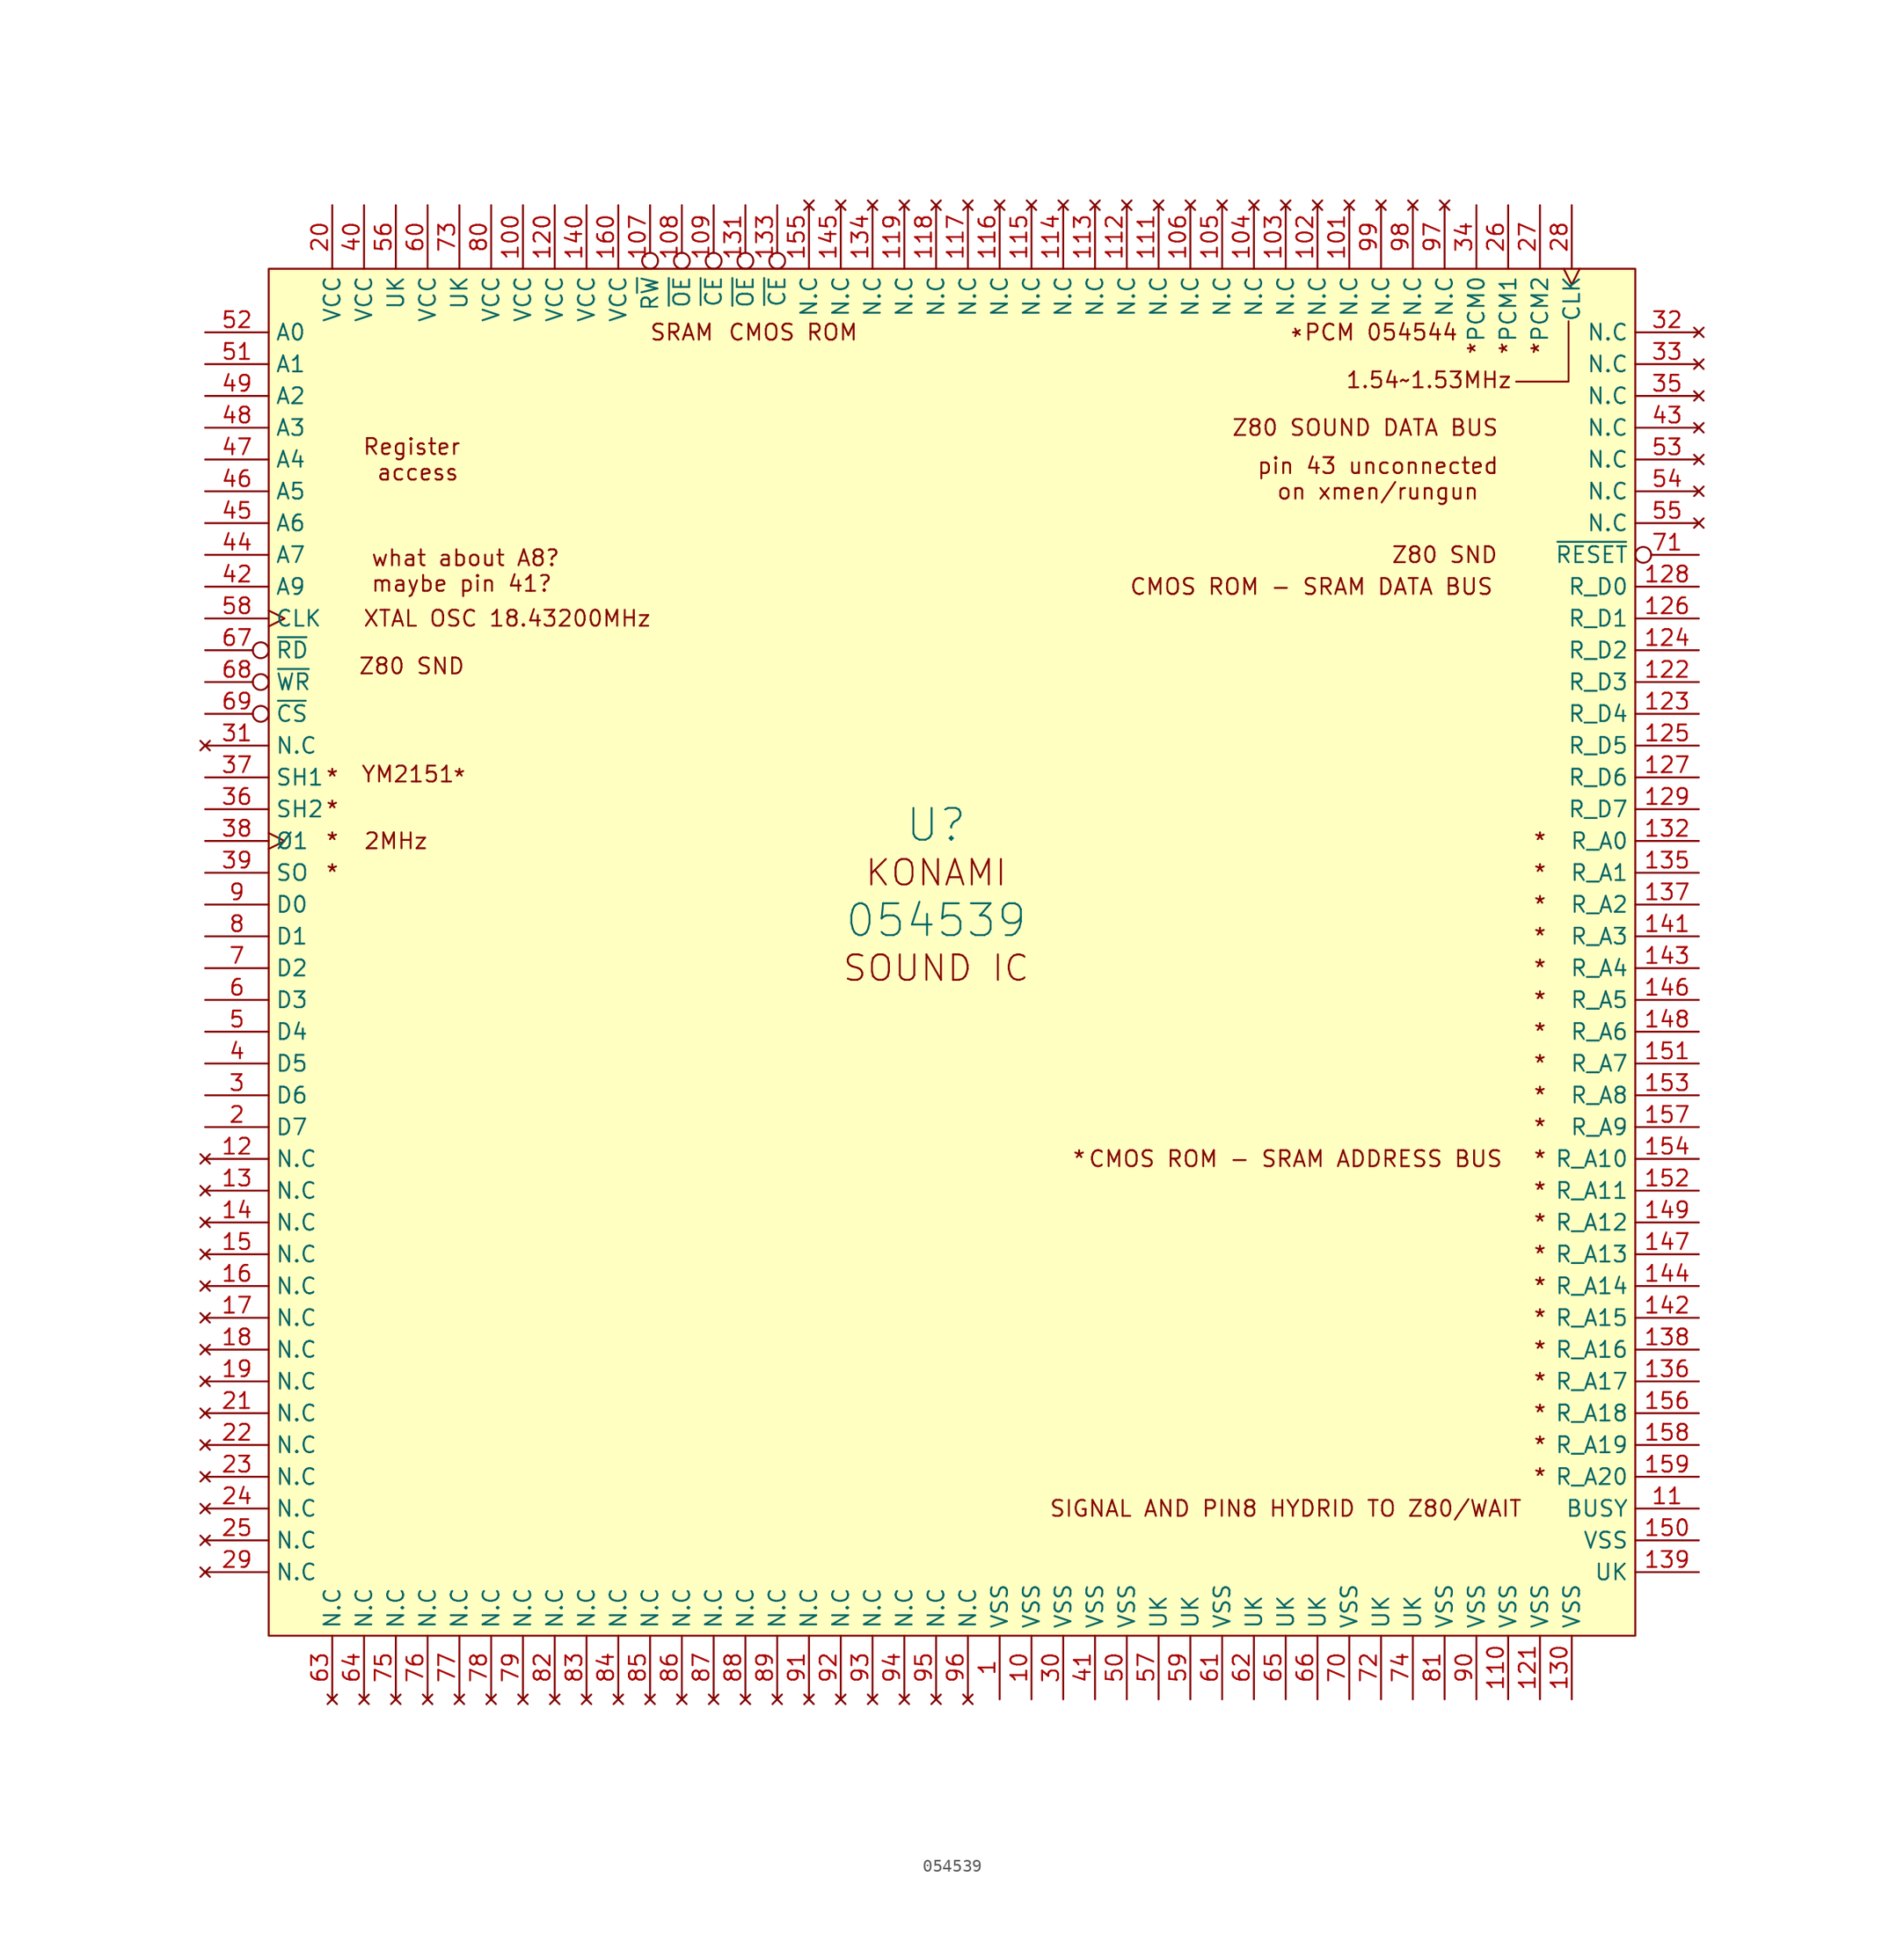
<source format=kicad_sym>
(kicad_symbol_lib
  (version 20231120)
  (generator "kicad_symbol_editor")
  (generator_version "8.0")
  (symbol "054539"
    (property "Reference" "U"
      (at -1.27 10.16 0)
      (effects (font (size 2.54 2.54))))
    (property "Value" "054539"
      (at -1.27 2.54 0)
      (effects (font (size 2.54 2.54))))
    (symbol "054539_0_0"
      (rectangle (start -54.61 54.61) (end 54.61 -54.61) (stroke (width 0.152) (type default)) (fill (type background)))
      (polyline (pts (xy 49.276 50.419) (xy 49.276 45.593) (xy 45.085 45.593)) (stroke (width 0.152) (type default)) (fill (type none)))
      (text "*" (at -49.53 6.35 0) (effects (font (size 1.27 1.27))))
      (text "*" (at -49.53 8.89 0) (effects (font (size 1.27 1.27))))
      (text "*" (at -49.53 11.43 0) (effects (font (size 1.27 1.27))))
      (text "*" (at -49.53 13.97 0) (effects (font (size 1.27 1.27))))
      (text "*" (at -39.37 13.97 0) (effects (font (size 1.27 1.27))))
      (text "*" (at 10.16 -16.51 0) (effects (font (size 1.27 1.27))))
      (text "*" (at 27.94 49.53 900) (effects (font (size 1.27 1.27))))
      (text "*" (at 41.91 48.26 900) (effects (font (size 1.27 1.27))))
      (text "*" (at 44.45 48.26 900) (effects (font (size 1.27 1.27))))
      (text "*" (at 46.99 -41.91 0) (effects (font (size 1.27 1.27))))
      (text "*" (at 46.99 -39.37 0) (effects (font (size 1.27 1.27))))
      (text "*" (at 46.99 -36.83 0) (effects (font (size 1.27 1.27))))
      (text "*" (at 46.99 -34.29 0) (effects (font (size 1.27 1.27))))
      (text "*" (at 46.99 -31.75 0) (effects (font (size 1.27 1.27))))
      (text "*" (at 46.99 -29.21 0) (effects (font (size 1.27 1.27))))
      (text "*" (at 46.99 -26.67 0) (effects (font (size 1.27 1.27))))
      (text "*" (at 46.99 -24.13 0) (effects (font (size 1.27 1.27))))
      (text "*" (at 46.99 -21.59 0) (effects (font (size 1.27 1.27))))
      (text "*" (at 46.99 -19.05 0) (effects (font (size 1.27 1.27))))
      (text "*" (at 46.99 -16.51 0) (effects (font (size 1.27 1.27))))
      (text "*" (at 46.99 -13.97 0) (effects (font (size 1.27 1.27))))
      (text "*" (at 46.99 -11.43 0) (effects (font (size 1.27 1.27))))
      (text "*" (at 46.99 -8.89 0) (effects (font (size 1.27 1.27))))
      (text "*" (at 46.99 -6.35 0) (effects (font (size 1.27 1.27))))
      (text "*" (at 46.99 -3.81 0) (effects (font (size 1.27 1.27))))
      (text "*" (at 46.99 -1.27 0) (effects (font (size 1.27 1.27))))
      (text "*" (at 46.99 1.27 0) (effects (font (size 1.27 1.27))))
      (text "*" (at 46.99 3.81 0) (effects (font (size 1.27 1.27))))
      (text "*" (at 46.99 6.35 0) (effects (font (size 1.27 1.27))))
      (text "*" (at 46.99 8.89 0) (effects (font (size 1.27 1.27))))
      (text "*" (at 46.99 48.26 900) (effects (font (size 1.27 1.27))))
      (text "1.54~1.53MHz" (at 38.1 45.72 0) (effects (font (size 1.27 1.27))))
      (text "2MHz" (at -44.45 8.89 0) (effects (font (size 1.27 1.27))))
      (text "CMOS ROM" (at -12.7 49.53 0) (effects (font (size 1.27 1.27))))
      (text "CMOS ROM - SRAM ADDRESS BUS " (at 27.94 -16.51 0) (effects (font (size 1.27 1.27))))
      (text "CMOS ROM - SRAM DATA BUS " (at 29.21 29.21 0) (effects (font (size 1.27 1.27))))
      (text "KONAMI" (at -1.27 6.35 0) (effects (font (size 2.032 2.032))))
      (text "PCM 054544" (at 34.29 49.53 0) (effects (font (size 1.27 1.27))))
      (text "SIGNAL AND PIN8 HYDRID TO Z80/WAIT" (at 26.67 -44.45 0) (effects (font (size 1.27 1.27))))
      (text "SOUND IC" (at -1.27 -1.27 0) (effects (font (size 2.032 2.032))))
      (text "SRAM" (at -21.59 49.53 0) (effects (font (size 1.27 1.27))))
      (text "XTAL OSC 18.43200MHz" (at -35.56 26.67 0) (effects (font (size 1.27 1.27))))
      (text "YM2151" (at -43.485 14.224 0) (effects (font (size 1.27 1.27))))
      (text "Z80 SND" (at -43.18 22.86 0) (effects (font (size 1.27 1.27))))
      (text "Z80 SND" (at 39.37 31.75 0) (effects (font (size 1.27 1.27))))
      (text "Z80 SOUND DATA BUS" (at 33.02 41.91 0) (effects (font (size 1.27 1.27)))))
    (symbol "054539_1_0"
      (text "Register\n access" (at -43.18 39.37 0) (effects (font (size 1.27 1.27))))
      (text "what about A8? \nmaybe pin 41?" (at -46.482 30.48 0) (effects (font (size 1.27 1.27)) (justify left))))
    (symbol "054539_1_1"
      (text "pin 43 unconnected\non xmen/rungun" (at 34.036 37.846 0) (effects (font (size 1.27 1.27))))
      (pin power_in line (at 3.81 -59.69 90) (length 5.08) (name "VSS" (effects (font (size 1.27 1.27)))) (number "1" (effects (font (size 1.27 1.27)))))
      (pin power_in line (at 6.35 -59.69 90) (length 5.08) (name "VSS" (effects (font (size 1.27 1.27)))) (number "10" (effects (font (size 1.27 1.27)))))
      (pin power_in line (at -34.29 59.69 270) (length 5.08) (name "VCC" (effects (font (size 1.27 1.27)))) (number "100" (effects (font (size 1.27 1.27)))))
      (pin no_connect line (at 31.75 59.69 270) (length 5.08) (name "N.C" (effects (font (size 1.27 1.27)))) (number "101" (effects (font (size 1.27 1.27)))))
      (pin no_connect line (at 29.21 59.69 270) (length 5.08) (name "N.C" (effects (font (size 1.27 1.27)))) (number "102" (effects (font (size 1.27 1.27)))))
      (pin no_connect line (at 26.67 59.69 270) (length 5.08) (name "N.C" (effects (font (size 1.27 1.27)))) (number "103" (effects (font (size 1.27 1.27)))))
      (pin no_connect line (at 24.13 59.69 270) (length 5.08) (name "N.C" (effects (font (size 1.27 1.27)))) (number "104" (effects (font (size 1.27 1.27)))))
      (pin no_connect line (at 21.59 59.69 270) (length 5.08) (name "N.C" (effects (font (size 1.27 1.27)))) (number "105" (effects (font (size 1.27 1.27)))))
      (pin no_connect line (at 19.05 59.69 270) (length 5.08) (name "N.C" (effects (font (size 1.27 1.27)))) (number "106" (effects (font (size 1.27 1.27)))))
      (pin output inverted (at -24.13 59.69 270) (length 5.08) (name "R~{W}" (effects (font (size 1.27 1.27)))) (number "107" (effects (font (size 1.27 1.27)))))
      (pin output inverted (at -21.59 59.69 270) (length 5.08) (name "~{OE}" (effects (font (size 1.27 1.27)))) (number "108" (effects (font (size 1.27 1.27)))))
      (pin output inverted (at -19.05 59.69 270) (length 5.08) (name "~{CE}" (effects (font (size 1.27 1.27)))) (number "109" (effects (font (size 1.27 1.27)))))
      (pin output line (at 59.69 -44.45 180) (length 5.08) (name "BUSY" (effects (font (size 1.27 1.27)))) (number "11" (effects (font (size 1.27 1.27)))))
      (pin power_in line (at 44.45 -59.69 90) (length 5.08) (name "VSS" (effects (font (size 1.27 1.27)))) (number "110" (effects (font (size 1.27 1.27)))))
      (pin no_connect line (at 16.51 59.69 270) (length 5.08) (name "N.C" (effects (font (size 1.27 1.27)))) (number "111" (effects (font (size 1.27 1.27)))))
      (pin no_connect line (at 13.97 59.69 270) (length 5.08) (name "N.C" (effects (font (size 1.27 1.27)))) (number "112" (effects (font (size 1.27 1.27)))))
      (pin no_connect line (at 11.43 59.69 270) (length 5.08) (name "N.C" (effects (font (size 1.27 1.27)))) (number "113" (effects (font (size 1.27 1.27)))))
      (pin no_connect line (at 8.89 59.69 270) (length 5.08) (name "N.C" (effects (font (size 1.27 1.27)))) (number "114" (effects (font (size 1.27 1.27)))))
      (pin no_connect line (at 6.35 59.69 270) (length 5.08) (name "N.C" (effects (font (size 1.27 1.27)))) (number "115" (effects (font (size 1.27 1.27)))))
      (pin no_connect line (at 3.81 59.69 270) (length 5.08) (name "N.C" (effects (font (size 1.27 1.27)))) (number "116" (effects (font (size 1.27 1.27)))))
      (pin no_connect line (at 1.27 59.69 270) (length 5.08) (name "N.C" (effects (font (size 1.27 1.27)))) (number "117" (effects (font (size 1.27 1.27)))))
      (pin no_connect line (at -1.27 59.69 270) (length 5.08) (name "N.C" (effects (font (size 1.27 1.27)))) (number "118" (effects (font (size 1.27 1.27)))))
      (pin no_connect line (at -3.81 59.69 270) (length 5.08) (name "N.C" (effects (font (size 1.27 1.27)))) (number "119" (effects (font (size 1.27 1.27)))))
      (pin no_connect line (at -59.69 -16.51 0) (length 5.08) (name "N.C" (effects (font (size 1.27 1.27)))) (number "12" (effects (font (size 1.27 1.27)))))
      (pin power_in line (at -31.75 59.69 270) (length 5.08) (name "VCC" (effects (font (size 1.27 1.27)))) (number "120" (effects (font (size 1.27 1.27)))))
      (pin power_in line (at 46.99 -59.69 90) (length 5.08) (name "VSS" (effects (font (size 1.27 1.27)))) (number "121" (effects (font (size 1.27 1.27)))))
      (pin bidirectional line (at 59.69 21.59 180) (length 5.08) (name "R_D3" (effects (font (size 1.27 1.27)))) (number "122" (effects (font (size 1.27 1.27)))))
      (pin bidirectional line (at 59.69 19.05 180) (length 5.08) (name "R_D4" (effects (font (size 1.27 1.27)))) (number "123" (effects (font (size 1.27 1.27)))))
      (pin bidirectional line (at 59.69 24.13 180) (length 5.08) (name "R_D2" (effects (font (size 1.27 1.27)))) (number "124" (effects (font (size 1.27 1.27)))))
      (pin bidirectional line (at 59.69 16.51 180) (length 5.08) (name "R_D5" (effects (font (size 1.27 1.27)))) (number "125" (effects (font (size 1.27 1.27)))))
      (pin bidirectional line (at 59.69 26.67 180) (length 5.08) (name "R_D1" (effects (font (size 1.27 1.27)))) (number "126" (effects (font (size 1.27 1.27)))))
      (pin bidirectional line (at 59.69 13.97 180) (length 5.08) (name "R_D6" (effects (font (size 1.27 1.27)))) (number "127" (effects (font (size 1.27 1.27)))))
      (pin bidirectional line (at 59.69 29.21 180) (length 5.08) (name "R_D0" (effects (font (size 1.27 1.27)))) (number "128" (effects (font (size 1.27 1.27)))))
      (pin bidirectional line (at 59.69 11.43 180) (length 5.08) (name "R_D7" (effects (font (size 1.27 1.27)))) (number "129" (effects (font (size 1.27 1.27)))))
      (pin no_connect line (at -59.69 -19.05 0) (length 5.08) (name "N.C" (effects (font (size 1.27 1.27)))) (number "13" (effects (font (size 1.27 1.27)))))
      (pin power_in line (at 49.53 -59.69 90) (length 5.08) (name "VSS" (effects (font (size 1.27 1.27)))) (number "130" (effects (font (size 1.27 1.27)))))
      (pin output inverted (at -16.51 59.69 270) (length 5.08) (name "~{OE}" (effects (font (size 1.27 1.27)))) (number "131" (effects (font (size 1.27 1.27)))))
      (pin output line (at 59.69 8.89 180) (length 5.08) (name "R_A0" (effects (font (size 1.27 1.27)))) (number "132" (effects (font (size 1.27 1.27)))))
      (pin output inverted (at -13.97 59.69 270) (length 5.08) (name "~{CE}" (effects (font (size 1.27 1.27)))) (number "133" (effects (font (size 1.27 1.27)))))
      (pin no_connect line (at -6.35 59.69 270) (length 5.08) (name "N.C" (effects (font (size 1.27 1.27)))) (number "134" (effects (font (size 1.27 1.27)))))
      (pin output line (at 59.69 6.35 180) (length 5.08) (name "R_A1" (effects (font (size 1.27 1.27)))) (number "135" (effects (font (size 1.27 1.27)))))
      (pin output line (at 59.69 -34.29 180) (length 5.08) (name "R_A17" (effects (font (size 1.27 1.27)))) (number "136" (effects (font (size 1.27 1.27)))))
      (pin output line (at 59.69 3.81 180) (length 5.08) (name "R_A2" (effects (font (size 1.27 1.27)))) (number "137" (effects (font (size 1.27 1.27)))))
      (pin output line (at 59.69 -31.75 180) (length 5.08) (name "R_A16" (effects (font (size 1.27 1.27)))) (number "138" (effects (font (size 1.27 1.27)))))
      (pin power_in line (at 59.69 -49.53 180) (length 5.08) (name "UK" (effects (font (size 1.27 1.27)))) (number "139" (effects (font (size 1.27 1.27)))))
      (pin no_connect line (at -59.69 -21.59 0) (length 5.08) (name "N.C" (effects (font (size 1.27 1.27)))) (number "14" (effects (font (size 1.27 1.27)))))
      (pin power_in line (at -29.21 59.69 270) (length 5.08) (name "VCC" (effects (font (size 1.27 1.27)))) (number "140" (effects (font (size 1.27 1.27)))))
      (pin output line (at 59.69 1.27 180) (length 5.08) (name "R_A3" (effects (font (size 1.27 1.27)))) (number "141" (effects (font (size 1.27 1.27)))))
      (pin output line (at 59.69 -29.21 180) (length 5.08) (name "R_A15" (effects (font (size 1.27 1.27)))) (number "142" (effects (font (size 1.27 1.27)))))
      (pin output line (at 59.69 -1.27 180) (length 5.08) (name "R_A4" (effects (font (size 1.27 1.27)))) (number "143" (effects (font (size 1.27 1.27)))))
      (pin output line (at 59.69 -26.67 180) (length 5.08) (name "R_A14" (effects (font (size 1.27 1.27)))) (number "144" (effects (font (size 1.27 1.27)))))
      (pin no_connect line (at -8.89 59.69 270) (length 5.08) (name "N.C" (effects (font (size 1.27 1.27)))) (number "145" (effects (font (size 1.27 1.27)))))
      (pin output line (at 59.69 -3.81 180) (length 5.08) (name "R_A5" (effects (font (size 1.27 1.27)))) (number "146" (effects (font (size 1.27 1.27)))))
      (pin output line (at 59.69 -24.13 180) (length 5.08) (name "R_A13" (effects (font (size 1.27 1.27)))) (number "147" (effects (font (size 1.27 1.27)))))
      (pin output line (at 59.69 -6.35 180) (length 5.08) (name "R_A6" (effects (font (size 1.27 1.27)))) (number "148" (effects (font (size 1.27 1.27)))))
      (pin output line (at 59.69 -21.59 180) (length 5.08) (name "R_A12" (effects (font (size 1.27 1.27)))) (number "149" (effects (font (size 1.27 1.27)))))
      (pin no_connect line (at -59.69 -24.13 0) (length 5.08) (name "N.C" (effects (font (size 1.27 1.27)))) (number "15" (effects (font (size 1.27 1.27)))))
      (pin power_in line (at 59.69 -46.99 180) (length 5.08) (name "VSS" (effects (font (size 1.27 1.27)))) (number "150" (effects (font (size 1.27 1.27)))))
      (pin output line (at 59.69 -8.89 180) (length 5.08) (name "R_A7" (effects (font (size 1.27 1.27)))) (number "151" (effects (font (size 1.27 1.27)))))
      (pin output line (at 59.69 -19.05 180) (length 5.08) (name "R_A11" (effects (font (size 1.27 1.27)))) (number "152" (effects (font (size 1.27 1.27)))))
      (pin output line (at 59.69 -11.43 180) (length 5.08) (name "R_A8" (effects (font (size 1.27 1.27)))) (number "153" (effects (font (size 1.27 1.27)))))
      (pin output line (at 59.69 -16.51 180) (length 5.08) (name "R_A10" (effects (font (size 1.27 1.27)))) (number "154" (effects (font (size 1.27 1.27)))))
      (pin no_connect line (at -11.43 59.69 270) (length 5.08) (name "N.C" (effects (font (size 1.27 1.27)))) (number "155" (effects (font (size 1.27 1.27)))))
      (pin output line (at 59.69 -36.83 180) (length 5.08) (name "R_A18" (effects (font (size 1.27 1.27)))) (number "156" (effects (font (size 1.27 1.27)))))
      (pin output line (at 59.69 -13.97 180) (length 5.08) (name "R_A9" (effects (font (size 1.27 1.27)))) (number "157" (effects (font (size 1.27 1.27)))))
      (pin output line (at 59.69 -39.37 180) (length 5.08) (name "R_A19" (effects (font (size 1.27 1.27)))) (number "158" (effects (font (size 1.27 1.27)))))
      (pin output line (at 59.69 -41.91 180) (length 5.08) (name "R_A20" (effects (font (size 1.27 1.27)))) (number "159" (effects (font (size 1.27 1.27)))))
      (pin no_connect line (at -59.69 -26.67 0) (length 5.08) (name "N.C" (effects (font (size 1.27 1.27)))) (number "16" (effects (font (size 1.27 1.27)))))
      (pin power_in line (at -26.67 59.69 270) (length 5.08) (name "VCC" (effects (font (size 1.27 1.27)))) (number "160" (effects (font (size 1.27 1.27)))))
      (pin no_connect line (at -59.69 -29.21 0) (length 5.08) (name "N.C" (effects (font (size 1.27 1.27)))) (number "17" (effects (font (size 1.27 1.27)))))
      (pin no_connect line (at -59.69 -31.75 0) (length 5.08) (name "N.C" (effects (font (size 1.27 1.27)))) (number "18" (effects (font (size 1.27 1.27)))))
      (pin no_connect line (at -59.69 -34.29 0) (length 5.08) (name "N.C" (effects (font (size 1.27 1.27)))) (number "19" (effects (font (size 1.27 1.27)))))
      (pin bidirectional line (at -59.69 -13.97 0) (length 5.08) (name "D7" (effects (font (size 1.27 1.27)))) (number "2" (effects (font (size 1.27 1.27)))))
      (pin power_in line (at -49.53 59.69 270) (length 5.08) (name "VCC" (effects (font (size 1.27 1.27)))) (number "20" (effects (font (size 1.27 1.27)))))
      (pin no_connect line (at -59.69 -36.83 0) (length 5.08) (name "N.C" (effects (font (size 1.27 1.27)))) (number "21" (effects (font (size 1.27 1.27)))))
      (pin no_connect line (at -59.69 -39.37 0) (length 5.08) (name "N.C" (effects (font (size 1.27 1.27)))) (number "22" (effects (font (size 1.27 1.27)))))
      (pin no_connect line (at -59.69 -41.91 0) (length 5.08) (name "N.C" (effects (font (size 1.27 1.27)))) (number "23" (effects (font (size 1.27 1.27)))))
      (pin no_connect line (at -59.69 -44.45 0) (length 5.08) (name "N.C" (effects (font (size 1.27 1.27)))) (number "24" (effects (font (size 1.27 1.27)))))
      (pin no_connect line (at -59.69 -46.99 0) (length 5.08) (name "N.C" (effects (font (size 1.27 1.27)))) (number "25" (effects (font (size 1.27 1.27)))))
      (pin bidirectional line (at 44.45 59.69 270) (length 5.08) (name "PCM1" (effects (font (size 1.27 1.27)))) (number "26" (effects (font (size 1.27 1.27)))))
      (pin bidirectional line (at 46.99 59.69 270) (length 5.08) (name "PCM2" (effects (font (size 1.27 1.27)))) (number "27" (effects (font (size 1.27 1.27)))))
      (pin output clock (at 49.53 59.69 270) (length 5.08) (name "CLK" (effects (font (size 1.27 1.27)))) (number "28" (effects (font (size 1.27 1.27)))))
      (pin no_connect line (at -59.69 -49.53 0) (length 5.08) (name "N.C" (effects (font (size 1.27 1.27)))) (number "29" (effects (font (size 1.27 1.27)))))
      (pin bidirectional line (at -59.69 -11.43 0) (length 5.08) (name "D6" (effects (font (size 1.27 1.27)))) (number "3" (effects (font (size 1.27 1.27)))))
      (pin power_in line (at 8.89 -59.69 90) (length 5.08) (name "VSS" (effects (font (size 1.27 1.27)))) (number "30" (effects (font (size 1.27 1.27)))))
      (pin no_connect line (at -59.69 16.51 0) (length 5.08) (name "N.C" (effects (font (size 1.27 1.27)))) (number "31" (effects (font (size 1.27 1.27)))))
      (pin no_connect line (at 59.69 49.53 180) (length 5.08) (name "N.C" (effects (font (size 1.27 1.27)))) (number "32" (effects (font (size 1.27 1.27)))))
      (pin no_connect line (at 59.69 46.99 180) (length 5.08) (name "N.C" (effects (font (size 1.27 1.27)))) (number "33" (effects (font (size 1.27 1.27)))))
      (pin bidirectional line (at 41.91 59.69 270) (length 5.08) (name "PCM0" (effects (font (size 1.27 1.27)))) (number "34" (effects (font (size 1.27 1.27)))))
      (pin no_connect line (at 59.69 44.45 180) (length 5.08) (name "N.C" (effects (font (size 1.27 1.27)))) (number "35" (effects (font (size 1.27 1.27)))))
      (pin input line (at -59.69 11.43 0) (length 5.08) (name "SH2" (effects (font (size 1.27 1.27)))) (number "36" (effects (font (size 1.27 1.27)))))
      (pin input line (at -59.69 13.97 0) (length 5.08) (name "SH1" (effects (font (size 1.27 1.27)))) (number "37" (effects (font (size 1.27 1.27)))))
      (pin input clock (at -59.69 8.89 0) (length 5.08) (name "Ø1" (effects (font (size 1.27 1.27)))) (number "38" (effects (font (size 1.27 1.27)))))
      (pin input line (at -59.69 6.35 0) (length 5.08) (name "SO" (effects (font (size 1.27 1.27)))) (number "39" (effects (font (size 1.27 1.27)))))
      (pin bidirectional line (at -59.69 -8.89 0) (length 5.08) (name "D5" (effects (font (size 1.27 1.27)))) (number "4" (effects (font (size 1.27 1.27)))))
      (pin power_in line (at -46.99 59.69 270) (length 5.08) (name "VCC" (effects (font (size 1.27 1.27)))) (number "40" (effects (font (size 1.27 1.27)))))
      (pin power_in line (at 11.43 -59.69 90) (length 5.08) (name "VSS" (effects (font (size 1.27 1.27)))) (number "41" (effects (font (size 1.27 1.27)))))
      (pin input line (at -59.69 29.21 0) (length 5.08) (name "A9" (effects (font (size 1.27 1.27)))) (number "42" (effects (font (size 1.27 1.27)))))
      (pin no_connect line (at 59.69 41.91 180) (length 5.08) (name "N.C" (effects (font (size 1.27 1.27)))) (number "43" (effects (font (size 1.27 1.27)))))
      (pin input line (at -59.69 31.75 0) (length 5.08) (name "A7" (effects (font (size 1.27 1.27)))) (number "44" (effects (font (size 1.27 1.27)))))
      (pin input line (at -59.69 34.29 0) (length 5.08) (name "A6" (effects (font (size 1.27 1.27)))) (number "45" (effects (font (size 1.27 1.27)))))
      (pin input line (at -59.69 36.83 0) (length 5.08) (name "A5" (effects (font (size 1.27 1.27)))) (number "46" (effects (font (size 1.27 1.27)))))
      (pin input line (at -59.69 39.37 0) (length 5.08) (name "A4" (effects (font (size 1.27 1.27)))) (number "47" (effects (font (size 1.27 1.27)))))
      (pin input line (at -59.69 41.91 0) (length 5.08) (name "A3" (effects (font (size 1.27 1.27)))) (number "48" (effects (font (size 1.27 1.27)))))
      (pin input line (at -59.69 44.45 0) (length 5.08) (name "A2" (effects (font (size 1.27 1.27)))) (number "49" (effects (font (size 1.27 1.27)))))
      (pin bidirectional line (at -59.69 -6.35 0) (length 5.08) (name "D4" (effects (font (size 1.27 1.27)))) (number "5" (effects (font (size 1.27 1.27)))))
      (pin power_in line (at 13.97 -59.69 90) (length 5.08) (name "VSS" (effects (font (size 1.27 1.27)))) (number "50" (effects (font (size 1.27 1.27)))))
      (pin input line (at -59.69 46.99 0) (length 5.08) (name "A1" (effects (font (size 1.27 1.27)))) (number "51" (effects (font (size 1.27 1.27)))))
      (pin input line (at -59.69 49.53 0) (length 5.08) (name "A0" (effects (font (size 1.27 1.27)))) (number "52" (effects (font (size 1.27 1.27)))))
      (pin no_connect line (at 59.69 39.37 180) (length 5.08) (name "N.C" (effects (font (size 1.27 1.27)))) (number "53" (effects (font (size 1.27 1.27)))))
      (pin no_connect line (at 59.69 36.83 180) (length 5.08) (name "N.C" (effects (font (size 1.27 1.27)))) (number "54" (effects (font (size 1.27 1.27)))))
      (pin no_connect line (at 59.69 34.29 180) (length 5.08) (name "N.C" (effects (font (size 1.27 1.27)))) (number "55" (effects (font (size 1.27 1.27)))))
      (pin power_in line (at -44.45 59.69 270) (length 5.08) (name "UK" (effects (font (size 1.27 1.27)))) (number "56" (effects (font (size 1.27 1.27)))))
      (pin power_in line (at 16.51 -59.69 90) (length 5.08) (name "UK" (effects (font (size 1.27 1.27)))) (number "57" (effects (font (size 1.27 1.27)))))
      (pin input clock (at -59.69 26.67 0) (length 5.08) (name "CLK" (effects (font (size 1.27 1.27)))) (number "58" (effects (font (size 1.27 1.27)))))
      (pin power_in line (at 19.05 -59.69 90) (length 5.08) (name "UK" (effects (font (size 1.27 1.27)))) (number "59" (effects (font (size 1.27 1.27)))))
      (pin bidirectional line (at -59.69 -3.81 0) (length 5.08) (name "D3" (effects (font (size 1.27 1.27)))) (number "6" (effects (font (size 1.27 1.27)))))
      (pin power_in line (at -41.91 59.69 270) (length 5.08) (name "VCC" (effects (font (size 1.27 1.27)))) (number "60" (effects (font (size 1.27 1.27)))))
      (pin power_in line (at 21.59 -59.69 90) (length 5.08) (name "VSS" (effects (font (size 1.27 1.27)))) (number "61" (effects (font (size 1.27 1.27)))))
      (pin power_in line (at 24.13 -59.69 90) (length 5.08) (name "UK" (effects (font (size 1.27 1.27)))) (number "62" (effects (font (size 1.27 1.27)))))
      (pin no_connect line (at -49.53 -59.69 90) (length 5.08) (name "N.C" (effects (font (size 1.27 1.27)))) (number "63" (effects (font (size 1.27 1.27)))))
      (pin no_connect line (at -46.99 -59.69 90) (length 5.08) (name "N.C" (effects (font (size 1.27 1.27)))) (number "64" (effects (font (size 1.27 1.27)))))
      (pin power_in line (at 26.67 -59.69 90) (length 5.08) (name "UK" (effects (font (size 1.27 1.27)))) (number "65" (effects (font (size 1.27 1.27)))))
      (pin power_in line (at 29.21 -59.69 90) (length 5.08) (name "UK" (effects (font (size 1.27 1.27)))) (number "66" (effects (font (size 1.27 1.27)))))
      (pin input inverted (at -59.69 24.13 0) (length 5.08) (name "~{RD}" (effects (font (size 1.27 1.27)))) (number "67" (effects (font (size 1.27 1.27)))))
      (pin input inverted (at -59.69 21.59 0) (length 5.08) (name "~{WR}" (effects (font (size 1.27 1.27)))) (number "68" (effects (font (size 1.27 1.27)))))
      (pin input inverted (at -59.69 19.05 0) (length 5.08) (name "~{CS}" (effects (font (size 1.27 1.27)))) (number "69" (effects (font (size 1.27 1.27)))))
      (pin bidirectional line (at -59.69 -1.27 0) (length 5.08) (name "D2" (effects (font (size 1.27 1.27)))) (number "7" (effects (font (size 1.27 1.27)))))
      (pin power_in line (at 31.75 -59.69 90) (length 5.08) (name "VSS" (effects (font (size 1.27 1.27)))) (number "70" (effects (font (size 1.27 1.27)))))
      (pin bidirectional inverted (at 59.69 31.75 180) (length 5.08) (name "~{RESET}" (effects (font (size 1.27 1.27)))) (number "71" (effects (font (size 1.27 1.27)))))
      (pin power_in line (at 34.29 -59.69 90) (length 5.08) (name "UK" (effects (font (size 1.27 1.27)))) (number "72" (effects (font (size 1.27 1.27)))))
      (pin power_in line (at -39.37 59.69 270) (length 5.08) (name "UK" (effects (font (size 1.27 1.27)))) (number "73" (effects (font (size 1.27 1.27)))))
      (pin power_in line (at 36.83 -59.69 90) (length 5.08) (name "UK" (effects (font (size 1.27 1.27)))) (number "74" (effects (font (size 1.27 1.27)))))
      (pin no_connect line (at -44.45 -59.69 90) (length 5.08) (name "N.C" (effects (font (size 1.27 1.27)))) (number "75" (effects (font (size 1.27 1.27)))))
      (pin no_connect line (at -41.91 -59.69 90) (length 5.08) (name "N.C" (effects (font (size 1.27 1.27)))) (number "76" (effects (font (size 1.27 1.27)))))
      (pin no_connect line (at -39.37 -59.69 90) (length 5.08) (name "N.C" (effects (font (size 1.27 1.27)))) (number "77" (effects (font (size 1.27 1.27)))))
      (pin no_connect line (at -36.83 -59.69 90) (length 5.08) (name "N.C" (effects (font (size 1.27 1.27)))) (number "78" (effects (font (size 1.27 1.27)))))
      (pin no_connect line (at -34.29 -59.69 90) (length 5.08) (name "N.C" (effects (font (size 1.27 1.27)))) (number "79" (effects (font (size 1.27 1.27)))))
      (pin bidirectional line (at -59.69 1.27 0) (length 5.08) (name "D1" (effects (font (size 1.27 1.27)))) (number "8" (effects (font (size 1.27 1.27)))))
      (pin power_in line (at -36.83 59.69 270) (length 5.08) (name "VCC" (effects (font (size 1.27 1.27)))) (number "80" (effects (font (size 1.27 1.27)))))
      (pin power_in line (at 39.37 -59.69 90) (length 5.08) (name "VSS" (effects (font (size 1.27 1.27)))) (number "81" (effects (font (size 1.27 1.27)))))
      (pin no_connect line (at -31.75 -59.69 90) (length 5.08) (name "N.C" (effects (font (size 1.27 1.27)))) (number "82" (effects (font (size 1.27 1.27)))))
      (pin no_connect line (at -29.21 -59.69 90) (length 5.08) (name "N.C" (effects (font (size 1.27 1.27)))) (number "83" (effects (font (size 1.27 1.27)))))
      (pin no_connect line (at -26.67 -59.69 90) (length 5.08) (name "N.C" (effects (font (size 1.27 1.27)))) (number "84" (effects (font (size 1.27 1.27)))))
      (pin no_connect line (at -24.13 -59.69 90) (length 5.08) (name "N.C" (effects (font (size 1.27 1.27)))) (number "85" (effects (font (size 1.27 1.27)))))
      (pin no_connect line (at -21.59 -59.69 90) (length 5.08) (name "N.C" (effects (font (size 1.27 1.27)))) (number "86" (effects (font (size 1.27 1.27)))))
      (pin no_connect line (at -19.05 -59.69 90) (length 5.08) (name "N.C" (effects (font (size 1.27 1.27)))) (number "87" (effects (font (size 1.27 1.27)))))
      (pin no_connect line (at -16.51 -59.69 90) (length 5.08) (name "N.C" (effects (font (size 1.27 1.27)))) (number "88" (effects (font (size 1.27 1.27)))))
      (pin no_connect line (at -13.97 -59.69 90) (length 5.08) (name "N.C" (effects (font (size 1.27 1.27)))) (number "89" (effects (font (size 1.27 1.27)))))
      (pin bidirectional line (at -59.69 3.81 0) (length 5.08) (name "D0" (effects (font (size 1.27 1.27)))) (number "9" (effects (font (size 1.27 1.27)))))
      (pin power_in line (at 41.91 -59.69 90) (length 5.08) (name "VSS" (effects (font (size 1.27 1.27)))) (number "90" (effects (font (size 1.27 1.27)))))
      (pin no_connect line (at -11.43 -59.69 90) (length 5.08) (name "N.C" (effects (font (size 1.27 1.27)))) (number "91" (effects (font (size 1.27 1.27)))))
      (pin no_connect line (at -8.89 -59.69 90) (length 5.08) (name "N.C" (effects (font (size 1.27 1.27)))) (number "92" (effects (font (size 1.27 1.27)))))
      (pin no_connect line (at -6.35 -59.69 90) (length 5.08) (name "N.C" (effects (font (size 1.27 1.27)))) (number "93" (effects (font (size 1.27 1.27)))))
      (pin no_connect line (at -3.81 -59.69 90) (length 5.08) (name "N.C" (effects (font (size 1.27 1.27)))) (number "94" (effects (font (size 1.27 1.27)))))
      (pin no_connect line (at -1.27 -59.69 90) (length 5.08) (name "N.C" (effects (font (size 1.27 1.27)))) (number "95" (effects (font (size 1.27 1.27)))))
      (pin no_connect line (at 1.27 -59.69 90) (length 5.08) (name "N.C" (effects (font (size 1.27 1.27)))) (number "96" (effects (font (size 1.27 1.27)))))
      (pin no_connect line (at 39.37 59.69 270) (length 5.08) (name "N.C" (effects (font (size 1.27 1.27)))) (number "97" (effects (font (size 1.27 1.27)))))
      (pin no_connect line (at 36.83 59.69 270) (length 5.08) (name "N.C" (effects (font (size 1.27 1.27)))) (number "98" (effects (font (size 1.27 1.27)))))
      (pin no_connect line (at 34.29 59.69 270) (length 5.08) (name "N.C" (effects (font (size 1.27 1.27)))) (number "99" (effects (font (size 1.27 1.27))))))))
</source>
